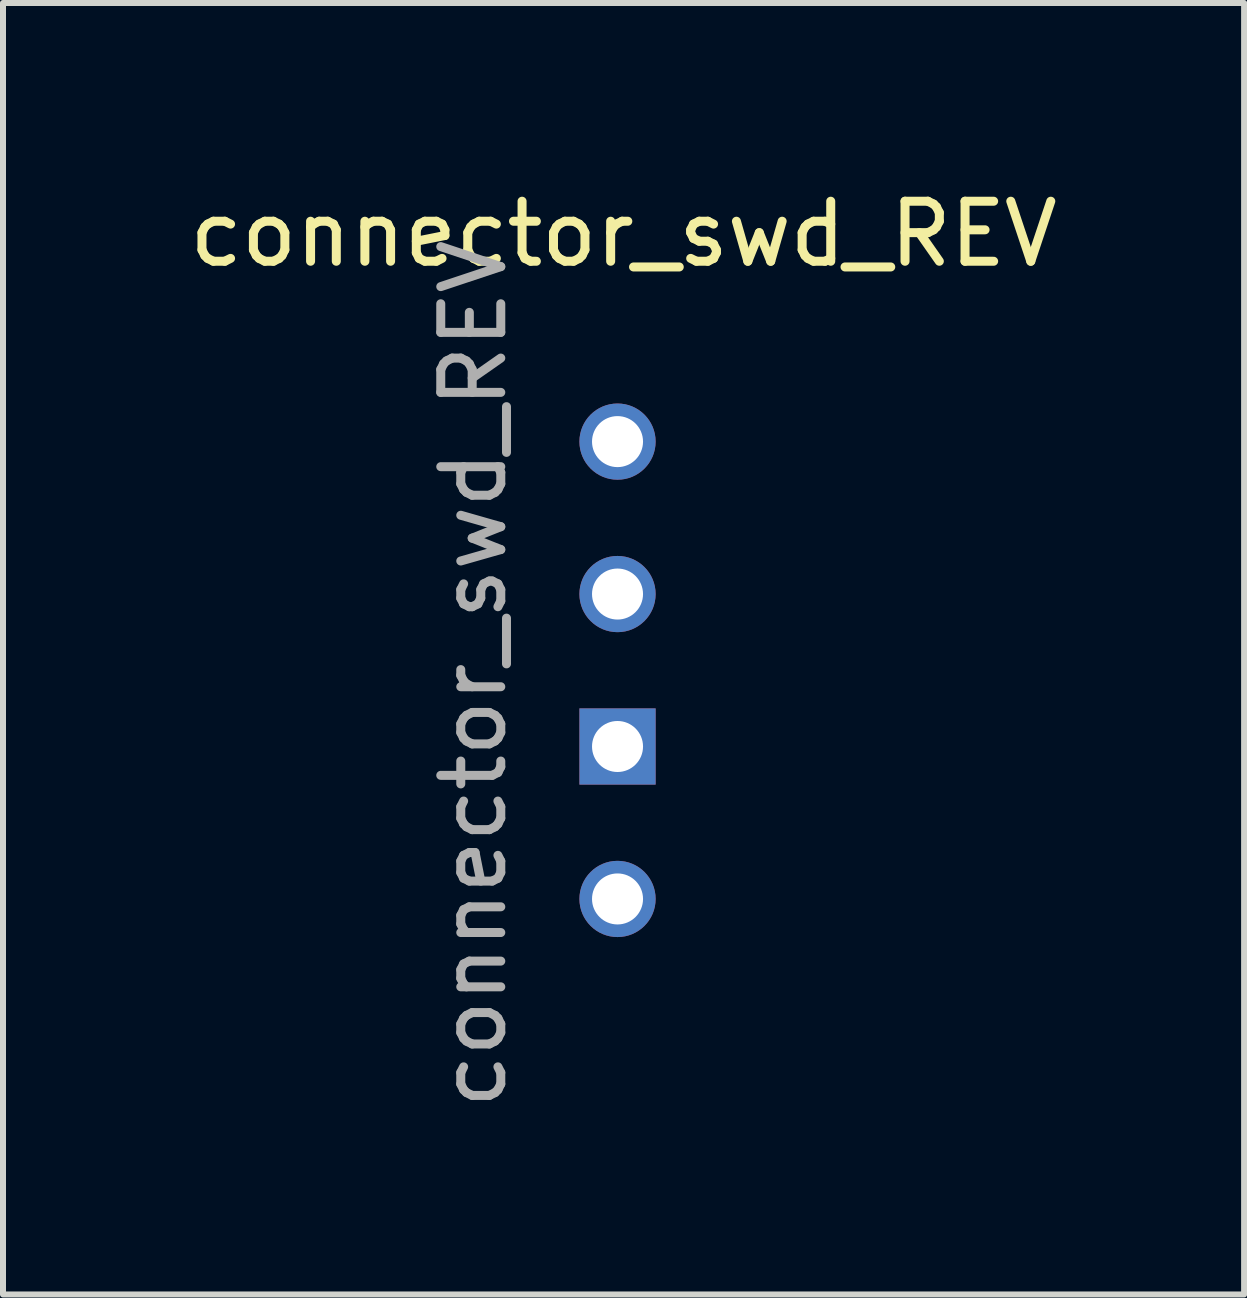
<source format=kicad_pcb>
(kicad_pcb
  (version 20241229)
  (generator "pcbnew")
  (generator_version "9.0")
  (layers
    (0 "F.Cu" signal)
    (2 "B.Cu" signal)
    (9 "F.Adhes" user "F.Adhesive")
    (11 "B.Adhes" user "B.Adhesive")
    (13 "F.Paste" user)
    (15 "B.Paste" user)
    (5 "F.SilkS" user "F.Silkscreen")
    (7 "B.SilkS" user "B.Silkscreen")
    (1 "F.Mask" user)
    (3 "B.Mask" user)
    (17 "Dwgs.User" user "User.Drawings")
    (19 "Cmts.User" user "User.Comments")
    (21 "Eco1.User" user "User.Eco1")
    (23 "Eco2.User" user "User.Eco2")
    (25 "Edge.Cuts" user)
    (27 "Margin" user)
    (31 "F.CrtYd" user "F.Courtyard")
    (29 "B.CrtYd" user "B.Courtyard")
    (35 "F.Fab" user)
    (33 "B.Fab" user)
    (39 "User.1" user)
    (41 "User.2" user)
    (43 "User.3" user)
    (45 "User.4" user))
  (footprint "connector_swd_REV"
    (layer "F.Cu")
    (at 7.339 3.178)
    (property "Reference" "connector_swd_REV" (at 0 -2.33 0) (layer "F.SilkS") (effects (font (size 1 1) (thickness 0.15))))
    (attr through_hole)
    (fp_text user "${REFERENCE}" (at -2.5 5 90) (layer "F.Fab") (effects (font (size 1 1) (thickness 0.15))))
    (pad "1" thru_hole oval (at -0.1 8.75 180) (size 1.27 1.27) (drill 0.85) (layers "*.Cu" "*.Mask"))
    (pad "2" thru_hole rect (at -0.1 6.21 180) (size 1.27 1.27) (drill 0.85) (layers "*.Cu" "*.Mask"))
    (pad "3" thru_hole oval (at -0.1 3.67 180) (size 1.27 1.27) (drill 0.85) (layers "*.Cu" "*.Mask"))
    (pad "4" thru_hole oval (at -0.1 1.13 180) (size 1.27 1.27) (drill 0.85) (layers "*.Cu" "*.Mask")))
  (gr_rect
    (start -3 -3)
    (end 17.679 18.518)
    (stroke (width 0.1) (type default))
    (fill no)
    (layer "Edge.Cuts")))
</source>
